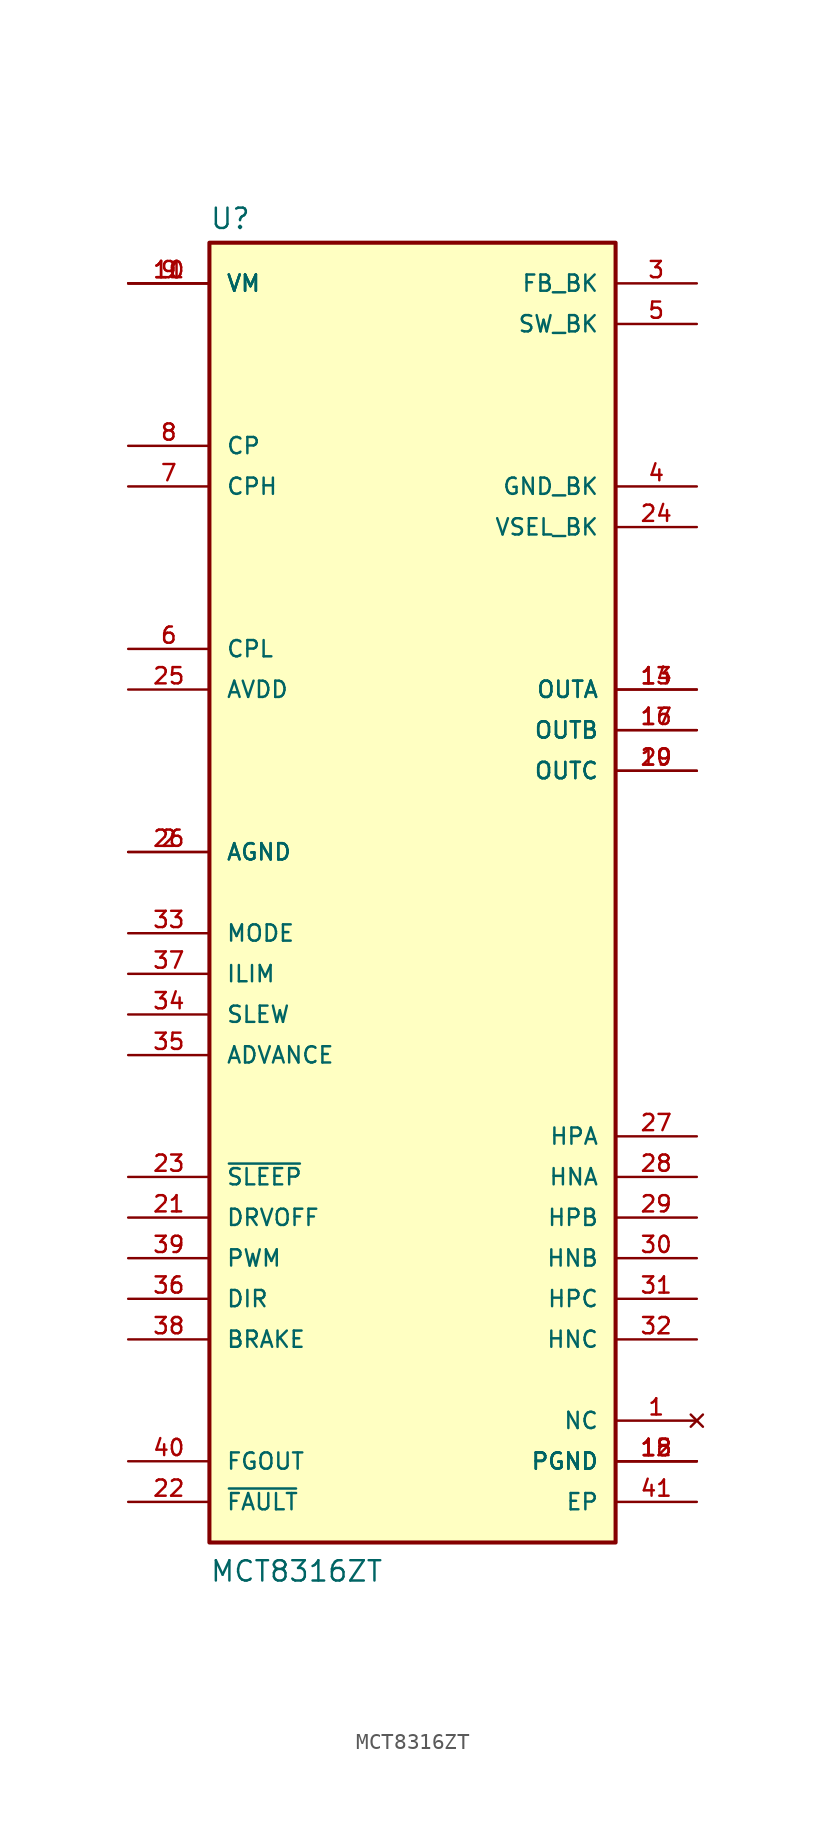
<source format=kicad_sym>
(kicad_symbol_lib
  (version 20231120)
  (generator "kicad_symbol_editor")
  (generator_version "8.0")
  (symbol "MCT8316ZT"
    (pin_names
      (offset 1.016))
    (property "Reference" "U"
      (at -12.7 41.402 0)
      (effects (font (size 1.27 1.27)) (justify left bottom)))
    (property "Value" "MCT8316ZT"
      (at -12.7 -43.18 0)
      (effects (font (size 1.27 1.27)) (justify left bottom)))
    (symbol "MCT8316ZT_0_0"
      (rectangle (start -12.7 40.64) (end 12.7 -40.64) (stroke (width 0.254) (type default)) (fill (type background)))
      (pin power_in line (at -17.78 38.1 0) (length 5.08) (name "VM" (effects (font (size 1.016 1.016)))) (number "10" (effects (font (size 1.016 1.016)))))
      (pin power_in line (at 17.78 -35.56 180) (length 5.08) (name "PGND" (effects (font (size 1.016 1.016)))) (number "12" (effects (font (size 1.016 1.016)))))
      (pin power_in line (at 17.78 -35.56 180) (length 5.08) (name "PGND" (effects (font (size 1.016 1.016)))) (number "18" (effects (font (size 1.016 1.016)))))
      (pin power_in line (at -17.78 2.54 0) (length 5.08) (name "AGND" (effects (font (size 1.016 1.016)))) (number "2" (effects (font (size 1.016 1.016)))))
      (pin input line (at -17.78 -20.32 0) (length 5.08) (name "DRVOFF" (effects (font (size 1.016 1.016)))) (number "21" (effects (font (size 1.016 1.016)))))
      (pin output line (at -17.78 -38.1 0) (length 5.08) (name "~{FAULT}" (effects (font (size 1.016 1.016)))) (number "22" (effects (font (size 1.016 1.016)))))
      (pin input line (at -17.78 -17.78 0) (length 5.08) (name "~{SLEEP}" (effects (font (size 1.016 1.016)))) (number "23" (effects (font (size 1.016 1.016)))))
      (pin input line (at 17.78 -15.24 180) (length 5.08) (name "HPA" (effects (font (size 1.016 1.016)))) (number "27" (effects (font (size 1.016 1.016)))))
      (pin input line (at 17.78 -17.78 180) (length 5.08) (name "HNA" (effects (font (size 1.016 1.016)))) (number "28" (effects (font (size 1.016 1.016)))))
      (pin input line (at 17.78 -20.32 180) (length 5.08) (name "HPB" (effects (font (size 1.016 1.016)))) (number "29" (effects (font (size 1.016 1.016)))))
      (pin input line (at 17.78 38.1 180) (length 5.08) (name "FB_BK" (effects (font (size 1.016 1.016)))) (number "3" (effects (font (size 1.016 1.016)))))
      (pin input line (at 17.78 -22.86 180) (length 5.08) (name "HNB" (effects (font (size 1.016 1.016)))) (number "30" (effects (font (size 1.016 1.016)))))
      (pin input line (at 17.78 -25.4 180) (length 5.08) (name "HPC" (effects (font (size 1.016 1.016)))) (number "31" (effects (font (size 1.016 1.016)))))
      (pin input line (at 17.78 -27.94 180) (length 5.08) (name "HNC" (effects (font (size 1.016 1.016)))) (number "32" (effects (font (size 1.016 1.016)))))
      (pin input line (at -17.78 -2.54 0) (length 5.08) (name "MODE" (effects (font (size 1.016 1.016)))) (number "33" (effects (font (size 1.016 1.016)))))
      (pin input line (at -17.78 -7.62 0) (length 5.08) (name "SLEW" (effects (font (size 1.016 1.016)))) (number "34" (effects (font (size 1.016 1.016)))))
      (pin input line (at -17.78 -10.16 0) (length 5.08) (name "ADVANCE" (effects (font (size 1.016 1.016)))) (number "35" (effects (font (size 1.016 1.016)))))
      (pin input line (at -17.78 -25.4 0) (length 5.08) (name "DIR" (effects (font (size 1.016 1.016)))) (number "36" (effects (font (size 1.016 1.016)))))
      (pin input line (at -17.78 -5.08 0) (length 5.08) (name "ILIM" (effects (font (size 1.016 1.016)))) (number "37" (effects (font (size 1.016 1.016)))))
      (pin input line (at -17.78 -27.94 0) (length 5.08) (name "BRAKE" (effects (font (size 1.016 1.016)))) (number "38" (effects (font (size 1.016 1.016)))))
      (pin input line (at -17.78 -22.86 0) (length 5.08) (name "PWM" (effects (font (size 1.016 1.016)))) (number "39" (effects (font (size 1.016 1.016)))))
      (pin power_in line (at 17.78 25.4 180) (length 5.08) (name "GND_BK" (effects (font (size 1.016 1.016)))) (number "4" (effects (font (size 1.016 1.016)))))
      (pin output line (at -17.78 -35.56 0) (length 5.08) (name "FGOUT" (effects (font (size 1.016 1.016)))) (number "40" (effects (font (size 1.016 1.016)))))
      (pin power_in line (at 17.78 -38.1 180) (length 5.08) (name "EP" (effects (font (size 1.016 1.016)))) (number "41" (effects (font (size 1.016 1.016)))))
      (pin power_in line (at -17.78 38.1 0) (length 5.08) (name "VM" (effects (font (size 1.016 1.016)))) (number "9" (effects (font (size 1.016 1.016))))))
    (symbol "MCT8316ZT_1_0"
      (pin no_connect line (at 17.78 -33.02 180) (length 5.08) (name "NC" (effects (font (size 1.016 1.016)))) (number "1" (effects (font (size 1.016 1.016)))))
      (pin power_in line (at -17.78 38.1 0) (length 5.08) (name "VM" (effects (font (size 1.016 1.016)))) (number "11" (effects (font (size 1.016 1.016)))))
      (pin power_out line (at 17.78 12.7 180) (length 5.08) (name "OUTA" (effects (font (size 1.016 1.016)))) (number "13" (effects (font (size 1.016 1.016)))))
      (pin power_out line (at 17.78 12.7 180) (length 5.08) (name "OUTA" (effects (font (size 1.016 1.016)))) (number "14" (effects (font (size 1.016 1.016)))))
      (pin power_in line (at 17.78 -35.56 180) (length 5.08) (name "PGND" (effects (font (size 1.016 1.016)))) (number "15" (effects (font (size 1.016 1.016)))))
      (pin power_out line (at 17.78 10.16 180) (length 5.08) (name "OUTB" (effects (font (size 1.016 1.016)))) (number "16" (effects (font (size 1.016 1.016)))))
      (pin power_out line (at 17.78 10.16 180) (length 5.08) (name "OUTB" (effects (font (size 1.016 1.016)))) (number "17" (effects (font (size 1.016 1.016)))))
      (pin power_out line (at 17.78 7.62 180) (length 5.08) (name "OUTC" (effects (font (size 1.016 1.016)))) (number "19" (effects (font (size 1.016 1.016)))))
      (pin power_out line (at 17.78 7.62 180) (length 5.08) (name "OUTC" (effects (font (size 1.016 1.016)))) (number "20" (effects (font (size 1.016 1.016)))))
      (pin input line (at 17.78 22.86 180) (length 5.08) (name "VSEL_BK" (effects (font (size 1.016 1.016)))) (number "24" (effects (font (size 1.016 1.016)))))
      (pin power_out line (at -17.78 12.7 0) (length 5.08) (name "AVDD" (effects (font (size 1.016 1.016)))) (number "25" (effects (font (size 1.016 1.016)))))
      (pin power_in line (at -17.78 2.54 0) (length 5.08) (name "AGND" (effects (font (size 1.016 1.016)))) (number "26" (effects (font (size 1.016 1.016)))))
      (pin power_out line (at 17.78 35.56 180) (length 5.08) (name "SW_BK" (effects (font (size 1.016 1.016)))) (number "5" (effects (font (size 1.016 1.016)))))
      (pin power_out line (at -17.78 15.24 0) (length 5.08) (name "CPL" (effects (font (size 1.016 1.016)))) (number "6" (effects (font (size 1.016 1.016)))))
      (pin power_out line (at -17.78 25.4 0) (length 5.08) (name "CPH" (effects (font (size 1.016 1.016)))) (number "7" (effects (font (size 1.016 1.016)))))
      (pin power_out line (at -17.78 27.94 0) (length 5.08) (name "CP" (effects (font (size 1.016 1.016)))) (number "8" (effects (font (size 1.016 1.016))))))))
</source>
